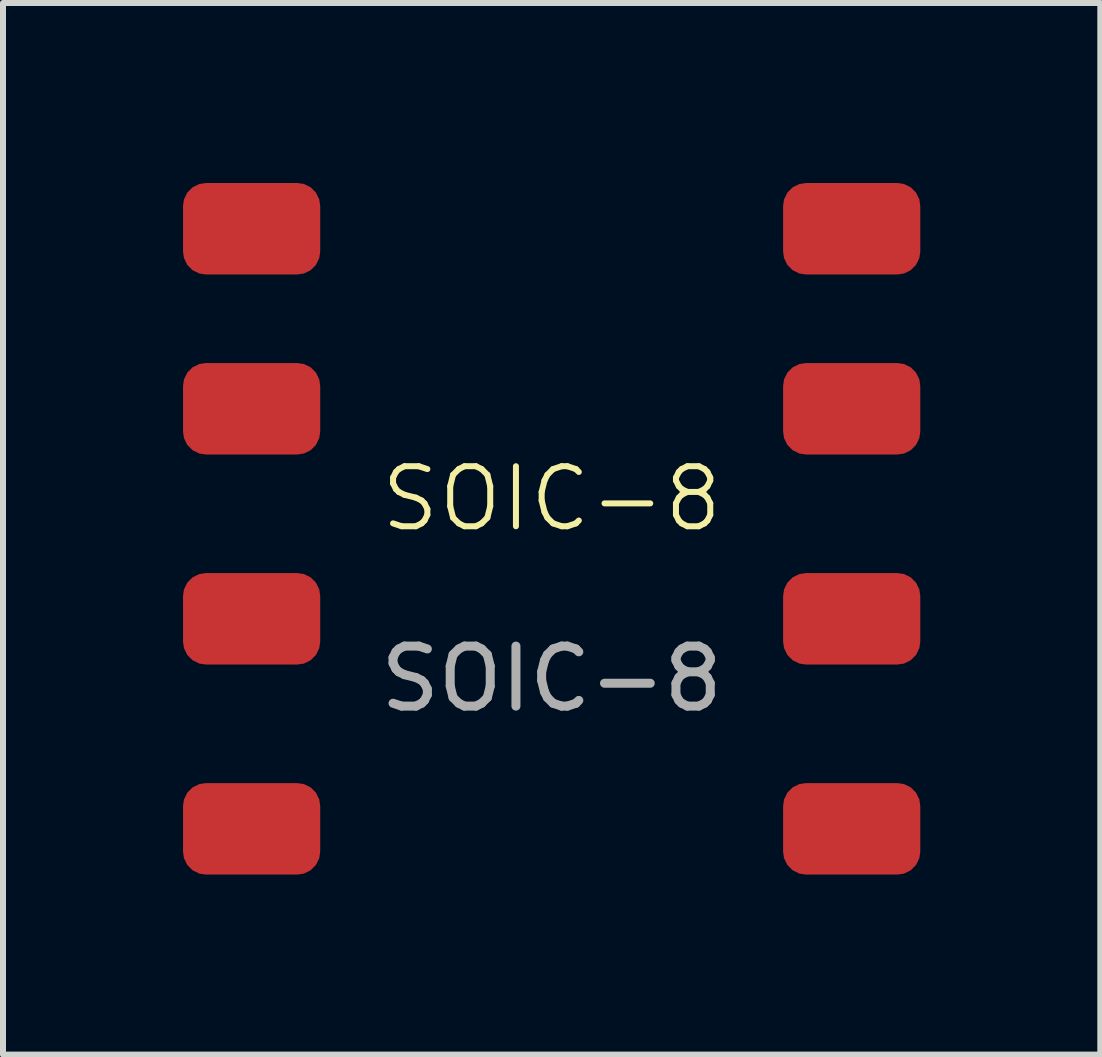
<source format=kicad_pcb>
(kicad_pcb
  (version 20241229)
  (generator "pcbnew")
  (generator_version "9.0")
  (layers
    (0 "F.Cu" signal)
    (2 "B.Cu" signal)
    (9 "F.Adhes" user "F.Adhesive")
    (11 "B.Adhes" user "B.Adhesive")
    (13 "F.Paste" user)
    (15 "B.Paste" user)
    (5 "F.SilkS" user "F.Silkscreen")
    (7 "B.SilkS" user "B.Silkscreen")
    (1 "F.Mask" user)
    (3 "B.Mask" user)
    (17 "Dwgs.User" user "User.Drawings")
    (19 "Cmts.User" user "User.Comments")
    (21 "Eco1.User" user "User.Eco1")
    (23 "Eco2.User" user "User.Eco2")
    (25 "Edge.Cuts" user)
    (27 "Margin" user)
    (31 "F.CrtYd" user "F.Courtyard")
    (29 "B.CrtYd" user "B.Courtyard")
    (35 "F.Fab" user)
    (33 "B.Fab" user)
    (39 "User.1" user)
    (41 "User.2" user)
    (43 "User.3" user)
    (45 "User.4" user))
  (footprint "SOIC-8"
    (layer "F.Cu")
    (at 6.143 5.762)
    (property "Reference" "SOIC-8" (at 0 -0.5 0) (unlocked yes) (layer "F.SilkS") (effects (font (size 1 1) (thickness 0.1))))
    (attr smd)
    (fp_text user "${REFERENCE}" (at 0 2.5 0) (unlocked yes) (layer "F.Fab") (effects (font (size 1 1) (thickness 0.15))))
    (pad "1" smd roundrect (at -5 -5) (size 2.286 1.524) (layers "F.Cu" "F.Mask" "F.Paste") (roundrect_rratio 0.25))
    (pad "2" smd roundrect (at -5 -2) (size 2.286 1.524) (layers "F.Cu" "F.Mask" "F.Paste") (roundrect_rratio 0.25))
    (pad "3" smd roundrect (at -5 1.5) (size 2.286 1.524) (layers "F.Cu" "F.Mask" "F.Paste") (roundrect_rratio 0.25))
    (pad "4" smd roundrect (at -5 5) (size 2.286 1.524) (layers "F.Cu" "F.Mask" "F.Paste") (roundrect_rratio 0.25))
    (pad "5" smd roundrect (at 5 5) (size 2.286 1.524) (layers "F.Cu" "F.Mask" "F.Paste") (roundrect_rratio 0.25))
    (pad "6" smd roundrect (at 5 1.5) (size 2.286 1.524) (layers "F.Cu" "F.Mask" "F.Paste") (roundrect_rratio 0.25))
    (pad "7" smd roundrect (at 5 -2) (size 2.286 1.524) (layers "F.Cu" "F.Mask" "F.Paste") (roundrect_rratio 0.25))
    (pad "8" smd roundrect (at 5 -5) (size 2.286 1.524) (layers "F.Cu" "F.Mask" "F.Paste") (roundrect_rratio 0.25)))
  (gr_rect
    (start -3 -3)
    (end 15.286 14.524)
    (stroke (width 0.1) (type default))
    (fill no)
    (layer "Edge.Cuts")))
</source>
